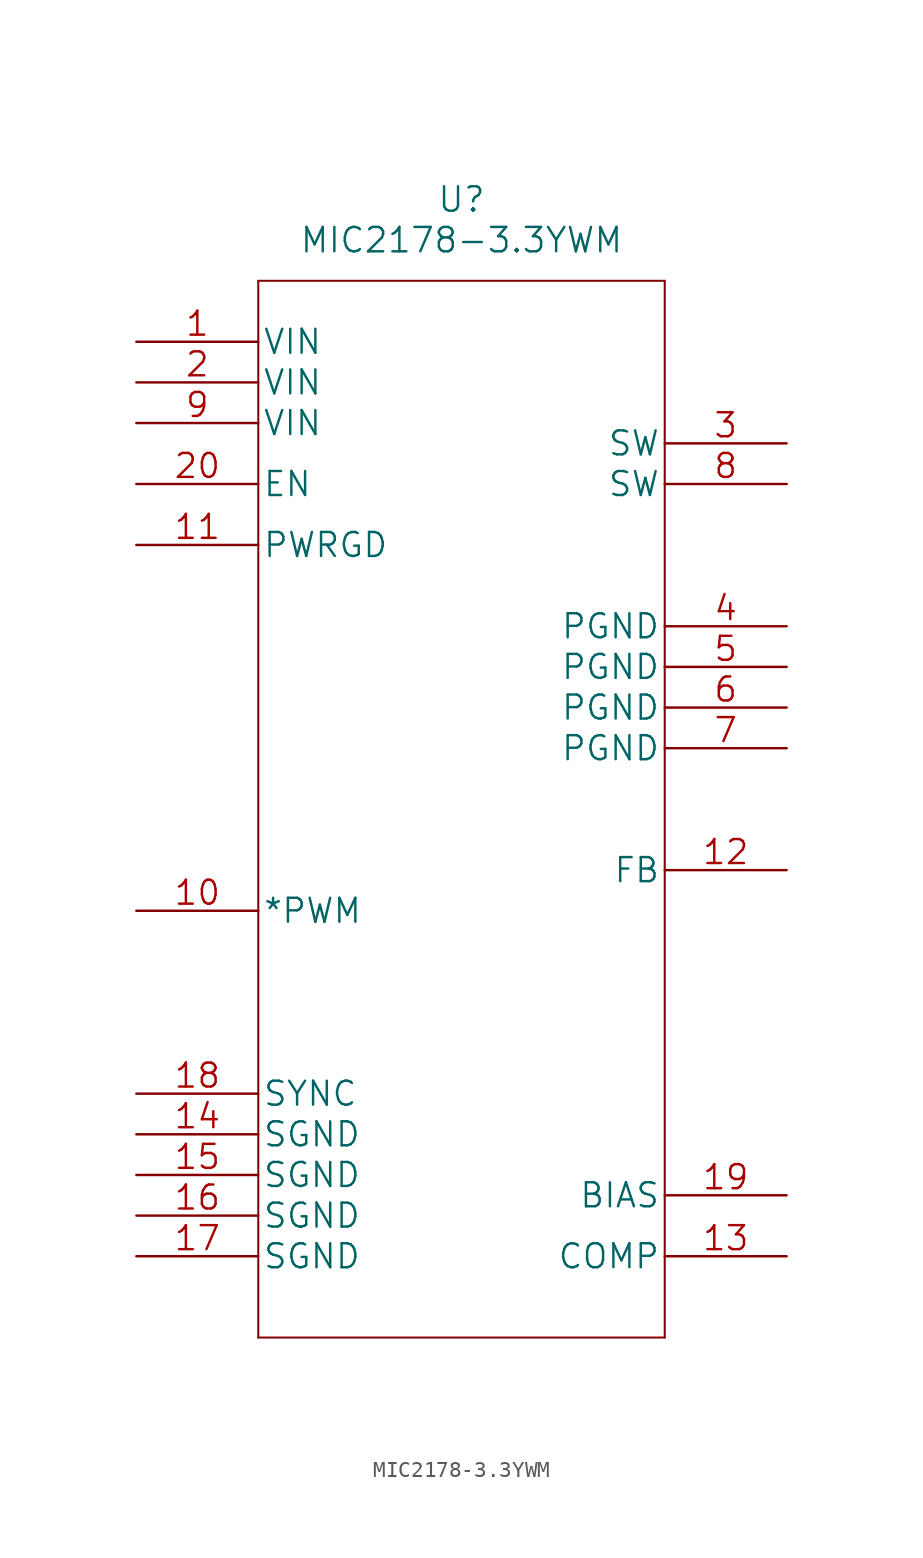
<source format=kicad_sym>
(kicad_symbol_lib
  (version 20220328)
  (generator kicad_symbol_editor)
  (symbol "MIC2178-3.3YWM"
    (pin_names
      (offset 0.254))
    (property "Reference" "U"
      (at 0 38.1 0)
      (effects (font (size 1.524 1.524))))
    (property "Value" "MIC2178-3.3YWM"
      (at 0 35.56 0)
      (effects (font (size 1.524 1.524))))
    (symbol "MIC2178-3.3YWM_1_1"
      (polyline (pts (xy -12.7 -33.02) (xy 12.7 -33.02)) (stroke (width 0.127) (type solid)) (fill (type none)))
      (polyline (pts (xy -12.7 33.02) (xy -12.7 -33.02)) (stroke (width 0.127) (type solid)) (fill (type none)))
      (polyline (pts (xy 12.7 -33.02) (xy 12.7 33.02)) (stroke (width 0.127) (type solid)) (fill (type none)))
      (polyline (pts (xy 12.7 33.02) (xy -12.7 33.02)) (stroke (width 0.127) (type solid)) (fill (type none)))
      (pin input line (at -20.32 29.21 0) (length 7.62) (name "VIN" (effects (font (size 1.499 1.499)))) (number "1" (effects (font (size 1.499 1.499)))))
      (pin input line (at -20.32 -6.35 0) (length 7.62) (name "*PWM" (effects (font (size 1.499 1.499)))) (number "10" (effects (font (size 1.499 1.499)))))
      (pin output line (at -20.32 16.51 0) (length 7.62) (name "PWRGD" (effects (font (size 1.499 1.499)))) (number "11" (effects (font (size 1.499 1.499)))))
      (pin input line (at 20.32 -3.81 180) (length 7.62) (name "FB" (effects (font (size 1.499 1.499)))) (number "12" (effects (font (size 1.499 1.499)))))
      (pin output line (at 20.32 -27.94 180) (length 7.62) (name "COMP" (effects (font (size 1.499 1.499)))) (number "13" (effects (font (size 1.499 1.499)))))
      (pin power_in line (at -20.32 -20.32 0) (length 7.62) (name "SGND" (effects (font (size 1.499 1.499)))) (number "14" (effects (font (size 1.499 1.499)))))
      (pin power_in line (at -20.32 -22.86 0) (length 7.62) (name "SGND" (effects (font (size 1.499 1.499)))) (number "15" (effects (font (size 1.499 1.499)))))
      (pin power_in line (at -20.32 -25.4 0) (length 7.62) (name "SGND" (effects (font (size 1.499 1.499)))) (number "16" (effects (font (size 1.499 1.499)))))
      (pin power_in line (at -20.32 -27.94 0) (length 7.62) (name "SGND" (effects (font (size 1.499 1.499)))) (number "17" (effects (font (size 1.499 1.499)))))
      (pin input line (at -20.32 -17.78 0) (length 7.62) (name "SYNC" (effects (font (size 1.499 1.499)))) (number "18" (effects (font (size 1.499 1.499)))))
      (pin unspecified line (at 20.32 -24.13 180) (length 7.62) (name "BIAS" (effects (font (size 1.499 1.499)))) (number "19" (effects (font (size 1.499 1.499)))))
      (pin input line (at -20.32 26.67 0) (length 7.62) (name "VIN" (effects (font (size 1.499 1.499)))) (number "2" (effects (font (size 1.499 1.499)))))
      (pin input line (at -20.32 20.32 0) (length 7.62) (name "EN" (effects (font (size 1.499 1.499)))) (number "20" (effects (font (size 1.499 1.499)))))
      (pin output line (at 20.32 22.86 180) (length 7.62) (name "SW" (effects (font (size 1.499 1.499)))) (number "3" (effects (font (size 1.499 1.499)))))
      (pin unspecified line (at 20.32 11.43 180) (length 7.62) (name "PGND" (effects (font (size 1.499 1.499)))) (number "4" (effects (font (size 1.499 1.499)))))
      (pin unspecified line (at 20.32 8.89 180) (length 7.62) (name "PGND" (effects (font (size 1.499 1.499)))) (number "5" (effects (font (size 1.499 1.499)))))
      (pin unspecified line (at 20.32 6.35 180) (length 7.62) (name "PGND" (effects (font (size 1.499 1.499)))) (number "6" (effects (font (size 1.499 1.499)))))
      (pin unspecified line (at 20.32 3.81 180) (length 7.62) (name "PGND" (effects (font (size 1.499 1.499)))) (number "7" (effects (font (size 1.499 1.499)))))
      (pin output line (at 20.32 20.32 180) (length 7.62) (name "SW" (effects (font (size 1.499 1.499)))) (number "8" (effects (font (size 1.499 1.499)))))
      (pin input line (at -20.32 24.13 0) (length 7.62) (name "VIN" (effects (font (size 1.499 1.499)))) (number "9" (effects (font (size 1.499 1.499))))))))
</source>
